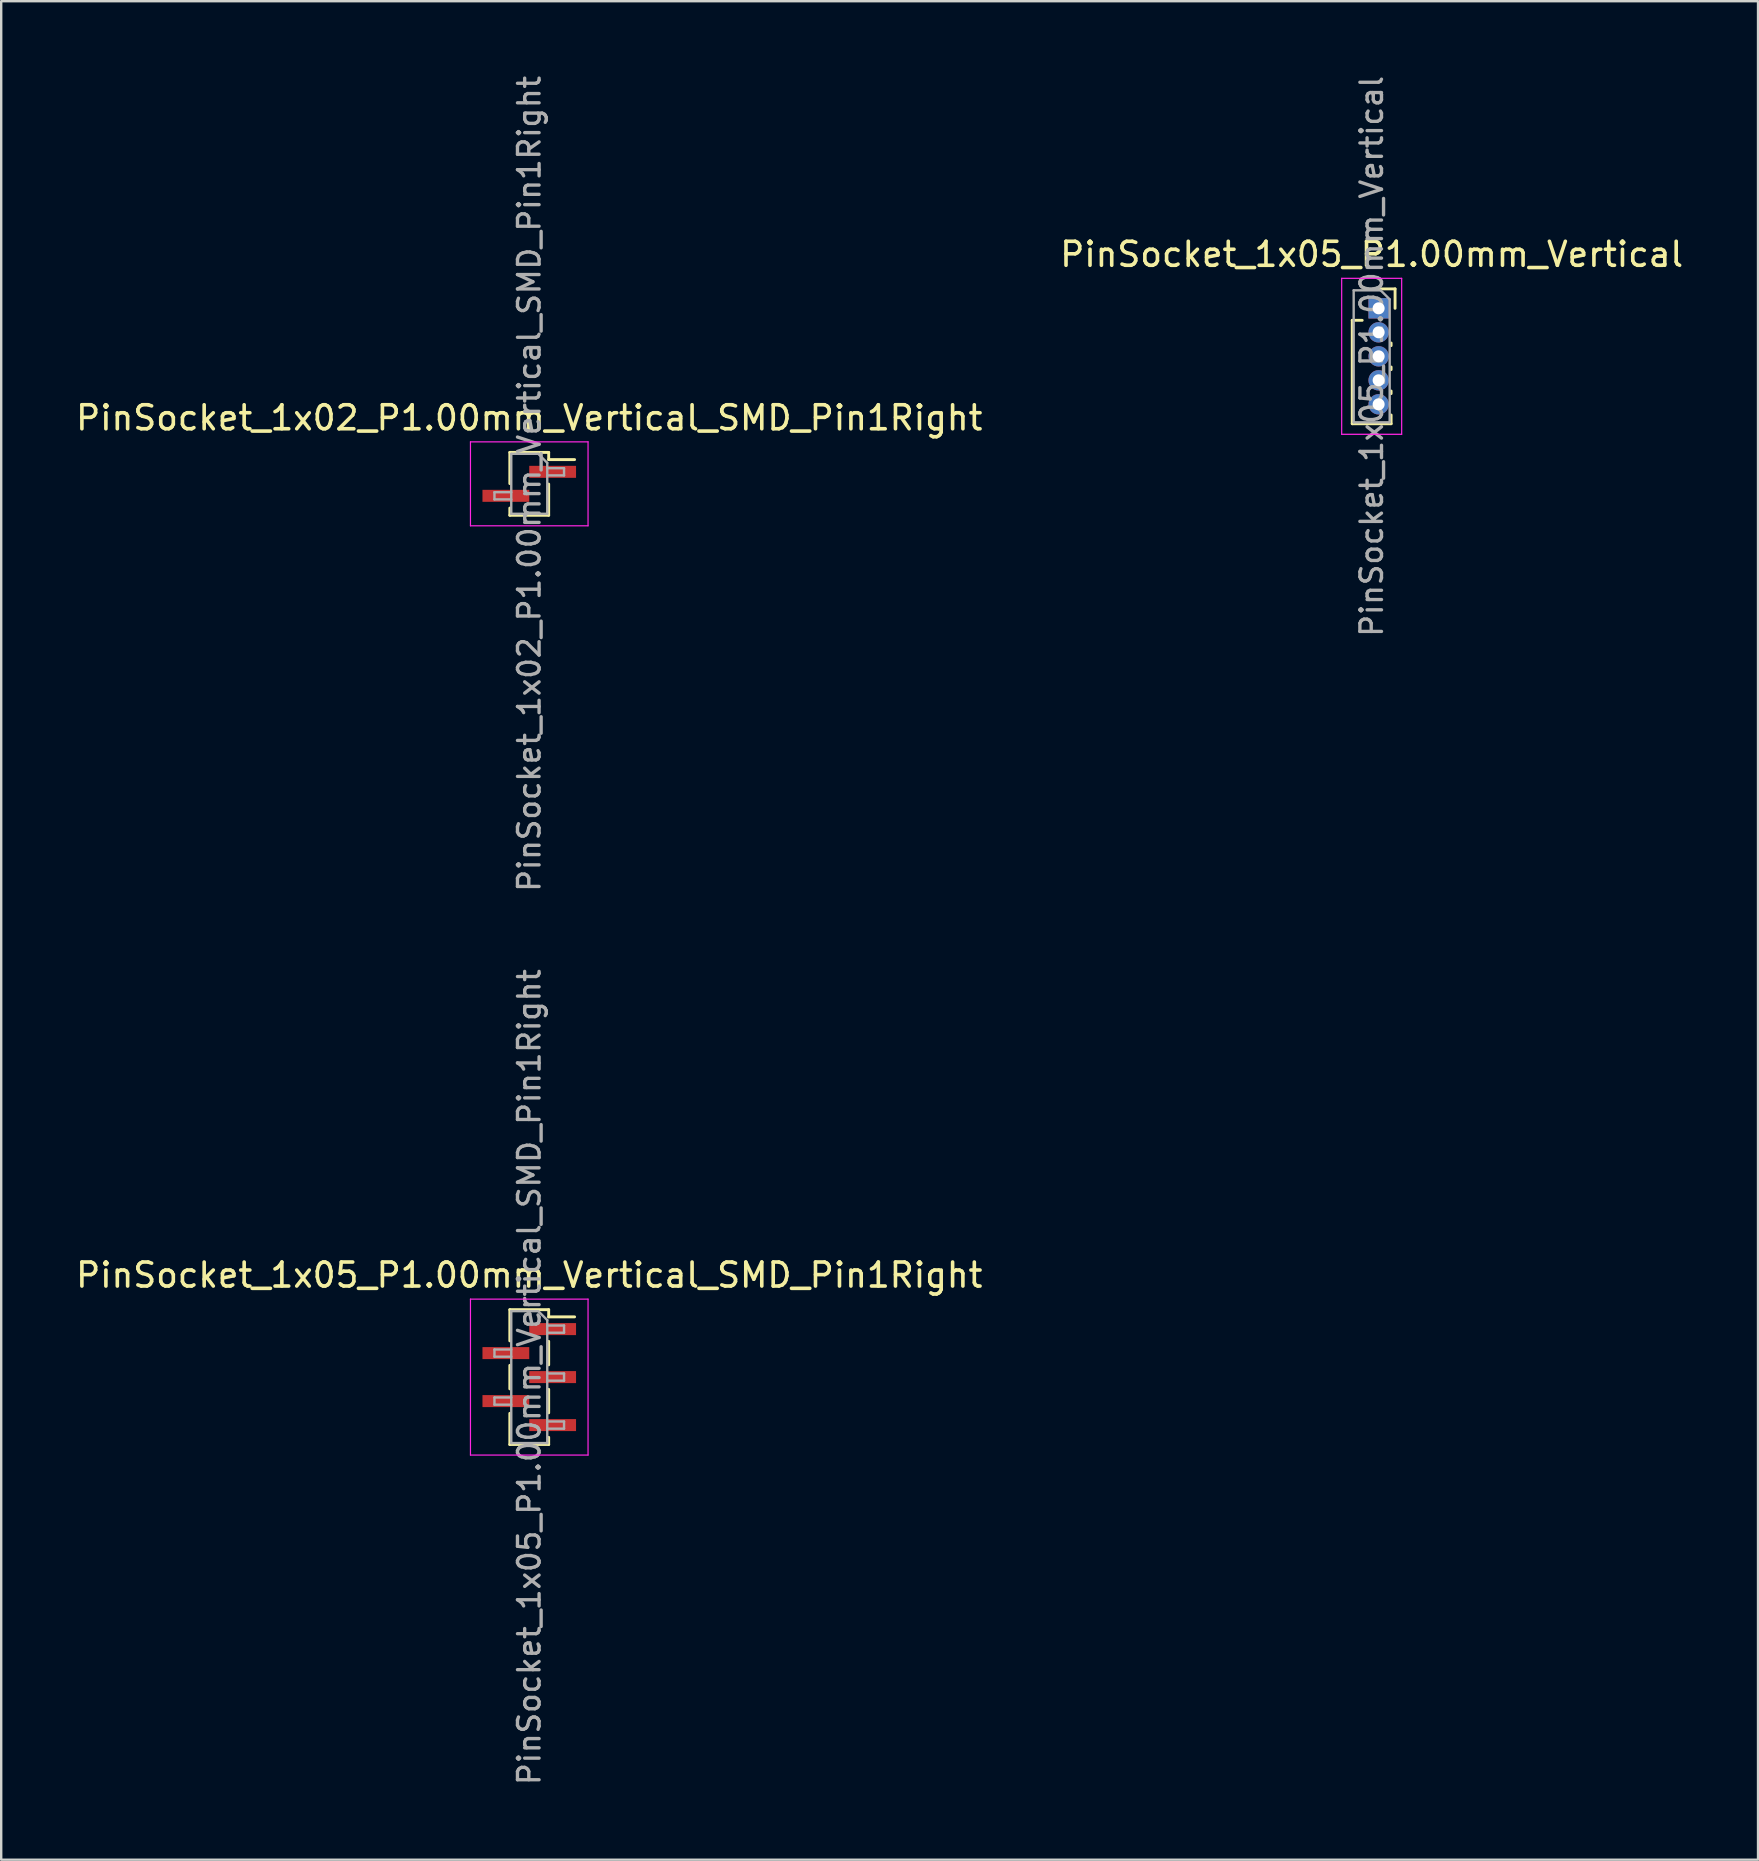
<source format=kicad_pcb>
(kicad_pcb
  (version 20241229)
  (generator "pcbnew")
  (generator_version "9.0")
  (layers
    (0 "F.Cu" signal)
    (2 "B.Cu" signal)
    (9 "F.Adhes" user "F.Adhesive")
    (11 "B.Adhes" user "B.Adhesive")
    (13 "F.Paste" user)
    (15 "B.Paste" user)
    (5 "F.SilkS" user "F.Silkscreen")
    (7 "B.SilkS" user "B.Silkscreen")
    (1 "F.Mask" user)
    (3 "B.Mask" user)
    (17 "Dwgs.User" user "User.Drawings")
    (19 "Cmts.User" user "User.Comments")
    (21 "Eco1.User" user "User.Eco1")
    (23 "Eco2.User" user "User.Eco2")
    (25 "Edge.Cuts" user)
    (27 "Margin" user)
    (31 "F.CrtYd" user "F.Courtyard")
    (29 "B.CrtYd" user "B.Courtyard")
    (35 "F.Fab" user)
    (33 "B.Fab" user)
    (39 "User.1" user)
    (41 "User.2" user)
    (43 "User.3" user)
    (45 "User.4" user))
  (footprint "PinSocket_1x05_P1.00mm_Vertical_SMD_Pin1Right"
    (layer "F.Cu")
    (at 19.006 54.339)
    (property "Reference" "PinSocket_1x05_P1.00mm_Vertical_SMD_Pin1Right" (at 0 -4.25 0) (layer "F.SilkS") (effects (font (size 1 1) (thickness 0.15))))
    (attr smd)
    (fp_line (start -0.81 -2.81) (end -0.81 -1.51) (stroke (width 0.12) (type solid)) (layer "F.SilkS"))
    (fp_line (start -0.81 -2.81) (end 0.81 -2.81) (stroke (width 0.12) (type solid)) (layer "F.SilkS"))
    (fp_line (start -0.81 -0.49) (end -0.81 0.49) (stroke (width 0.12) (type solid)) (layer "F.SilkS"))
    (fp_line (start -0.81 1.51) (end -0.81 2.81) (stroke (width 0.12) (type solid)) (layer "F.SilkS"))
    (fp_line (start -0.81 2.81) (end 0.81 2.81) (stroke (width 0.12) (type solid)) (layer "F.SilkS"))
    (fp_line (start 0.81 -2.81) (end 0.81 -2.51) (stroke (width 0.12) (type solid)) (layer "F.SilkS"))
    (fp_line (start 0.81 -2.51) (end 1.89 -2.51) (stroke (width 0.12) (type solid)) (layer "F.SilkS"))
    (fp_line (start 0.81 -1.49) (end 0.81 -0.51) (stroke (width 0.12) (type solid)) (layer "F.SilkS"))
    (fp_line (start 0.81 0.51) (end 0.81 1.49) (stroke (width 0.12) (type solid)) (layer "F.SilkS"))
    (fp_line (start 0.81 2.51) (end 0.81 2.81) (stroke (width 0.12) (type solid)) (layer "F.SilkS"))
    (fp_line (start -2.45 -3.25) (end 2.45 -3.25) (stroke (width 0.05) (type solid)) (layer "F.CrtYd"))
    (fp_line (start -2.45 3.25) (end -2.45 -3.25) (stroke (width 0.05) (type solid)) (layer "F.CrtYd"))
    (fp_line (start 2.45 -3.25) (end 2.45 3.25) (stroke (width 0.05) (type solid)) (layer "F.CrtYd"))
    (fp_line (start 2.45 3.25) (end -2.45 3.25) (stroke (width 0.05) (type solid)) (layer "F.CrtYd"))
    (fp_line (start -1.45 -1.15) (end -0.75 -1.15) (stroke (width 0.1) (type solid)) (layer "F.Fab"))
    (fp_line (start -1.45 -0.85) (end -1.45 -1.15) (stroke (width 0.1) (type solid)) (layer "F.Fab"))
    (fp_line (start -1.45 0.85) (end -0.75 0.85) (stroke (width 0.1) (type solid)) (layer "F.Fab"))
    (fp_line (start -1.45 1.15) (end -1.45 0.85) (stroke (width 0.1) (type solid)) (layer "F.Fab"))
    (fp_line (start -0.75 -2.75) (end 0.375 -2.75) (stroke (width 0.1) (type solid)) (layer "F.Fab"))
    (fp_line (start -0.75 -0.85) (end -1.45 -0.85) (stroke (width 0.1) (type solid)) (layer "F.Fab"))
    (fp_line (start -0.75 1.15) (end -1.45 1.15) (stroke (width 0.1) (type solid)) (layer "F.Fab"))
    (fp_line (start -0.75 2.75) (end -0.75 -2.75) (stroke (width 0.1) (type solid)) (layer "F.Fab"))
    (fp_line (start 0.375 -2.75) (end 0.75 -2.375) (stroke (width 0.1) (type solid)) (layer "F.Fab"))
    (fp_line (start 0.75 -2.375) (end 0.75 2.75) (stroke (width 0.1) (type solid)) (layer "F.Fab"))
    (fp_line (start 0.75 -2.15) (end 1.45 -2.15) (stroke (width 0.1) (type solid)) (layer "F.Fab"))
    (fp_line (start 0.75 -0.15) (end 1.45 -0.15) (stroke (width 0.1) (type solid)) (layer "F.Fab"))
    (fp_line (start 0.75 1.85) (end 1.45 1.85) (stroke (width 0.1) (type solid)) (layer "F.Fab"))
    (fp_line (start 0.75 2.75) (end -0.75 2.75) (stroke (width 0.1) (type solid)) (layer "F.Fab"))
    (fp_line (start 1.45 -2.15) (end 1.45 -1.85) (stroke (width 0.1) (type solid)) (layer "F.Fab"))
    (fp_line (start 1.45 -1.85) (end 0.75 -1.85) (stroke (width 0.1) (type solid)) (layer "F.Fab"))
    (fp_line (start 1.45 -0.15) (end 1.45 0.15) (stroke (width 0.1) (type solid)) (layer "F.Fab"))
    (fp_line (start 1.45 0.15) (end 0.75 0.15) (stroke (width 0.1) (type solid)) (layer "F.Fab"))
    (fp_line (start 1.45 1.85) (end 1.45 2.15) (stroke (width 0.1) (type solid)) (layer "F.Fab"))
    (fp_line (start 1.45 2.15) (end 0.75 2.15) (stroke (width 0.1) (type solid)) (layer "F.Fab"))
    (fp_text user "${REFERENCE}" (at 0 0 90) (layer "F.Fab") (effects (font (size 0.9 0.9) (thickness 0.14))))
    (pad "1" smd rect (at 0.975 -2) (size 1.95 0.5) (layers "F.Cu" "F.Mask" "F.Paste"))
    (pad "2" smd rect (at -0.975 -1) (size 1.95 0.5) (layers "F.Cu" "F.Mask" "F.Paste"))
    (pad "3" smd rect (at 0.975 0) (size 1.95 0.5) (layers "F.Cu" "F.Mask" "F.Paste"))
    (pad "4" smd rect (at -0.975 1) (size 1.95 0.5) (layers "F.Cu" "F.Mask" "F.Paste"))
    (pad "5" smd rect (at 0.975 2) (size 1.95 0.5) (layers "F.Cu" "F.Mask" "F.Paste")))
  (footprint "PinSocket_1x05_P1.00mm_Vertical"
    (layer "F.Cu")
    (at 54.403 9.799)
    (property "Reference" "PinSocket_1x05_P1.00mm_Vertical" (at -0.29 -2.25 0) (layer "F.SilkS") (effects (font (size 1 1) (thickness 0.15))))
    (attr through_hole)
    (fp_line (start -1.1 0.5) (end -1.1 4.81) (stroke (width 0.12) (type solid)) (layer "F.SilkS"))
    (fp_line (start -1.1 0.5) (end -0.685 0.5) (stroke (width 0.12) (type solid)) (layer "F.SilkS"))
    (fp_line (start -1.1 4.81) (end 0.52 4.81) (stroke (width 0.12) (type solid)) (layer "F.SilkS"))
    (fp_line (start 0 -0.81) (end 0.685 -0.81) (stroke (width 0.12) (type solid)) (layer "F.SilkS"))
    (fp_line (start 0.52 1.446) (end 0.52 1.554) (stroke (width 0.12) (type solid)) (layer "F.SilkS"))
    (fp_line (start 0.52 2.446) (end 0.52 2.554) (stroke (width 0.12) (type solid)) (layer "F.SilkS"))
    (fp_line (start 0.52 3.446) (end 0.52 3.554) (stroke (width 0.12) (type solid)) (layer "F.SilkS"))
    (fp_line (start 0.52 4.446) (end 0.52 4.81) (stroke (width 0.12) (type solid)) (layer "F.SilkS"))
    (fp_line (start 0.685 -0.81) (end 0.685 0) (stroke (width 0.12) (type solid)) (layer "F.SilkS"))
    (fp_line (start -1.54 -1.25) (end 0.96 -1.25) (stroke (width 0.05) (type solid)) (layer "F.CrtYd"))
    (fp_line (start -1.54 5.25) (end -1.54 -1.25) (stroke (width 0.05) (type solid)) (layer "F.CrtYd"))
    (fp_line (start 0.96 -1.25) (end 0.96 5.25) (stroke (width 0.05) (type solid)) (layer "F.CrtYd"))
    (fp_line (start 0.96 5.25) (end -1.54 5.25) (stroke (width 0.05) (type solid)) (layer "F.CrtYd"))
    (fp_line (start -1.04 -0.75) (end 0.085 -0.75) (stroke (width 0.1) (type solid)) (layer "F.Fab"))
    (fp_line (start -1.04 4.75) (end -1.04 -0.75) (stroke (width 0.1) (type solid)) (layer "F.Fab"))
    (fp_line (start 0.085 -0.75) (end 0.46 -0.375) (stroke (width 0.1) (type solid)) (layer "F.Fab"))
    (fp_line (start 0.46 -0.375) (end 0.46 4.75) (stroke (width 0.1) (type solid)) (layer "F.Fab"))
    (fp_line (start 0.46 4.75) (end -1.04 4.75) (stroke (width 0.1) (type solid)) (layer "F.Fab"))
    (fp_text user "${REFERENCE}" (at -0.29 2 90) (layer "F.Fab") (effects (font (size 0.9 0.9) (thickness 0.14))))
    (pad "1" thru_hole rect (at 0 0) (size 0.85 0.85) (drill 0.5) (layers "*.Cu" "*.Mask"))
    (pad "2" thru_hole oval (at 0 1) (size 0.85 0.85) (drill 0.5) (layers "*.Cu" "*.Mask"))
    (pad "3" thru_hole oval (at 0 2) (size 0.85 0.85) (drill 0.5) (layers "*.Cu" "*.Mask"))
    (pad "4" thru_hole oval (at 0 3) (size 0.85 0.85) (drill 0.5) (layers "*.Cu" "*.Mask"))
    (pad "5" thru_hole oval (at 0 4) (size 0.85 0.85) (drill 0.5) (layers "*.Cu" "*.Mask")))
  (footprint "PinSocket_1x02_P1.00mm_Vertical_SMD_Pin1Right"
    (layer "F.Cu")
    (at 19.006 17.113)
    (property "Reference" "PinSocket_1x02_P1.00mm_Vertical_SMD_Pin1Right" (at 0 -2.75 0) (layer "F.SilkS") (effects (font (size 1 1) (thickness 0.15))))
    (attr smd)
    (fp_line (start -0.81 -1.31) (end -0.81 -0.01) (stroke (width 0.12) (type solid)) (layer "F.SilkS"))
    (fp_line (start -0.81 -1.31) (end 0.81 -1.31) (stroke (width 0.12) (type solid)) (layer "F.SilkS"))
    (fp_line (start -0.81 1.01) (end -0.81 1.31) (stroke (width 0.12) (type solid)) (layer "F.SilkS"))
    (fp_line (start -0.81 1.31) (end 0.81 1.31) (stroke (width 0.12) (type solid)) (layer "F.SilkS"))
    (fp_line (start 0.81 -1.31) (end 0.81 -1.01) (stroke (width 0.12) (type solid)) (layer "F.SilkS"))
    (fp_line (start 0.81 -1.01) (end 1.89 -1.01) (stroke (width 0.12) (type solid)) (layer "F.SilkS"))
    (fp_line (start 0.81 0.01) (end 0.81 1.31) (stroke (width 0.12) (type solid)) (layer "F.SilkS"))
    (fp_line (start -2.45 -1.75) (end 2.45 -1.75) (stroke (width 0.05) (type solid)) (layer "F.CrtYd"))
    (fp_line (start -2.45 1.75) (end -2.45 -1.75) (stroke (width 0.05) (type solid)) (layer "F.CrtYd"))
    (fp_line (start 2.45 -1.75) (end 2.45 1.75) (stroke (width 0.05) (type solid)) (layer "F.CrtYd"))
    (fp_line (start 2.45 1.75) (end -2.45 1.75) (stroke (width 0.05) (type solid)) (layer "F.CrtYd"))
    (fp_line (start -1.45 0.35) (end -0.75 0.35) (stroke (width 0.1) (type solid)) (layer "F.Fab"))
    (fp_line (start -1.45 0.65) (end -1.45 0.35) (stroke (width 0.1) (type solid)) (layer "F.Fab"))
    (fp_line (start -0.75 -1.25) (end 0.375 -1.25) (stroke (width 0.1) (type solid)) (layer "F.Fab"))
    (fp_line (start -0.75 0.65) (end -1.45 0.65) (stroke (width 0.1) (type solid)) (layer "F.Fab"))
    (fp_line (start -0.75 1.25) (end -0.75 -1.25) (stroke (width 0.1) (type solid)) (layer "F.Fab"))
    (fp_line (start 0.375 -1.25) (end 0.75 -0.875) (stroke (width 0.1) (type solid)) (layer "F.Fab"))
    (fp_line (start 0.75 -0.875) (end 0.75 1.25) (stroke (width 0.1) (type solid)) (layer "F.Fab"))
    (fp_line (start 0.75 -0.65) (end 1.45 -0.65) (stroke (width 0.1) (type solid)) (layer "F.Fab"))
    (fp_line (start 0.75 1.25) (end -0.75 1.25) (stroke (width 0.1) (type solid)) (layer "F.Fab"))
    (fp_line (start 1.45 -0.65) (end 1.45 -0.35) (stroke (width 0.1) (type solid)) (layer "F.Fab"))
    (fp_line (start 1.45 -0.35) (end 0.75 -0.35) (stroke (width 0.1) (type solid)) (layer "F.Fab"))
    (fp_text user "${REFERENCE}" (at 0 0 90) (layer "F.Fab") (effects (font (size 0.9 0.9) (thickness 0.14))))
    (pad "1" smd rect (at 0.975 -0.5) (size 1.95 0.5) (layers "F.Cu" "F.Mask" "F.Paste"))
    (pad "2" smd rect (at -0.975 0.5) (size 1.95 0.5) (layers "F.Cu" "F.Mask" "F.Paste")))
  (gr_rect
    (start -3 -3)
    (end 70.214 74.451)
    (stroke (width 0.1) (type default))
    (fill no)
    (layer "Edge.Cuts")))
</source>
